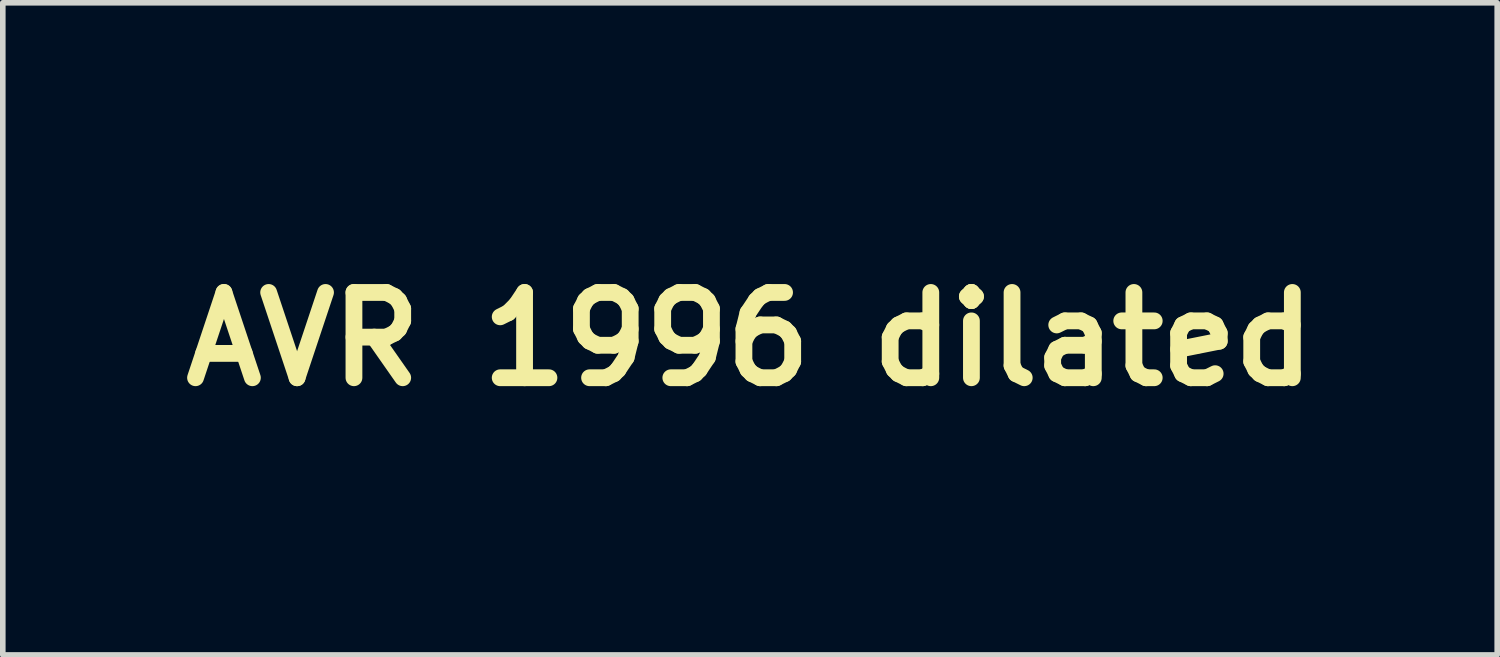
<source format=kicad_pcb>
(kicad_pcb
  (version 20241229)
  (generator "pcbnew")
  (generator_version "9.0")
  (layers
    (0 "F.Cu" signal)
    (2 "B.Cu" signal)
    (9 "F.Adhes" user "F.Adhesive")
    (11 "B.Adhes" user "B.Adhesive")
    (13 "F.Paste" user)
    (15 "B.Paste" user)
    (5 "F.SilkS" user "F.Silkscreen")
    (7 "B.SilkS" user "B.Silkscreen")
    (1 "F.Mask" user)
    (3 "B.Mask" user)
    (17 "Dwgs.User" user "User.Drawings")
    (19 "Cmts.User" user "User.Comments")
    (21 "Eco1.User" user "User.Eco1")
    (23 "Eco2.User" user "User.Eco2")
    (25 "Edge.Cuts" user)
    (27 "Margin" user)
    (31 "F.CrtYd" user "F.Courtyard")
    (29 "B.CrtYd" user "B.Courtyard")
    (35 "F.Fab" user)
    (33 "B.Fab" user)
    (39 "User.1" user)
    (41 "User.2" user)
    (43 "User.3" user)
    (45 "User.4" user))
  (footprint "AVR 1996 dilated"
    (layer "F.Cu")
    (at 10.349 3.009)
    (property "Reference" "AVR 1996 dilated" (at 0 0 0) (layer "F.SilkS") (effects (font (size 1.524 1.524) (thickness 0.3))))
    (attr through_hole)
    (fp_poly (pts (xy 4.022 0.971) (xy 4.044 0.984) (xy 4.063 1.003) (xy 4.069 1.012) (xy 4.082 1.04) (xy 4.091 1.071) (xy 4.094 1.104) (xy 4.091 1.134) (xy 4.089 1.144) (xy 4.08 1.164) (xy 4.063 1.182) (xy 4.041 1.197) (xy 4.019 1.207) (xy 3.937 1.237) (xy 3.86 1.273) (xy 3.789 1.313) (xy 3.723 1.358) (xy 3.664 1.407) (xy 3.612 1.46) (xy 3.568 1.514) (xy 3.554 1.533) (xy 3.546 1.546) (xy 3.542 1.554) (xy 3.543 1.558) (xy 3.549 1.558) (xy 3.559 1.557) (xy 3.567 1.555) (xy 3.593 1.552) (xy 3.624 1.55) (xy 3.658 1.55) (xy 3.693 1.551) (xy 3.725 1.554) (xy 3.735 1.556) (xy 3.767 1.562) (xy 3.8 1.571) (xy 3.834 1.582) (xy 3.865 1.593) (xy 3.891 1.605) (xy 3.893 1.607) (xy 3.945 1.64) (xy 3.991 1.681) (xy 4.033 1.727) (xy 4.069 1.779) (xy 4.098 1.836) (xy 4.122 1.897) (xy 4.138 1.962) (xy 4.143 1.988) (xy 4.146 2.015) (xy 4.147 2.048) (xy 4.148 2.083) (xy 4.146 2.119) (xy 4.144 2.153) (xy 4.14 2.181) (xy 4.138 2.193) (xy 4.119 2.259) (xy 4.094 2.321) (xy 4.062 2.38) (xy 4.023 2.433) (xy 3.979 2.482) (xy 3.93 2.524) (xy 3.877 2.561) (xy 3.819 2.591) (xy 3.758 2.614) (xy 3.693 2.63) (xy 3.686 2.631) (xy 3.657 2.634) (xy 3.624 2.636) (xy 3.588 2.637) (xy 3.554 2.636) (xy 3.522 2.633) (xy 3.504 2.631) (xy 3.444 2.615) (xy 3.386 2.592) (xy 3.331 2.562) (xy 3.28 2.524) (xy 3.232 2.479) (xy 3.188 2.427) (xy 3.149 2.368) (xy 3.136 2.345) (xy 3.108 2.287) (xy 3.086 2.223) (xy 3.071 2.155) (xy 3.063 2.085) (xy 3.061 2.032) (xy 3.064 1.942) (xy 3.071 1.883) (xy 3.431 1.883) (xy 3.431 1.975) (xy 3.432 2.024) (xy 3.435 2.067) (xy 3.439 2.104) (xy 3.445 2.14) (xy 3.453 2.175) (xy 3.464 2.211) (xy 3.465 2.213) (xy 3.484 2.264) (xy 3.505 2.306) (xy 3.526 2.34) (xy 3.549 2.366) (xy 3.574 2.383) (xy 3.6 2.392) (xy 3.627 2.393) (xy 3.655 2.385) (xy 3.665 2.381) (xy 3.691 2.364) (xy 3.714 2.34) (xy 3.734 2.309) (xy 3.75 2.274) (xy 3.763 2.235) (xy 3.772 2.192) (xy 3.778 2.147) (xy 3.779 2.102) (xy 3.775 2.056) (xy 3.768 2.011) (xy 3.755 1.967) (xy 3.753 1.962) (xy 3.737 1.927) (xy 3.718 1.898) (xy 3.696 1.874) (xy 3.673 1.856) (xy 3.649 1.843) (xy 3.619 1.835) (xy 3.604 1.832) (xy 3.571 1.83) (xy 3.537 1.833) (xy 3.505 1.84) (xy 3.475 1.851) (xy 3.451 1.866) (xy 3.448 1.869) (xy 3.431 1.883) (xy 3.071 1.883) (xy 3.075 1.854) (xy 3.092 1.768) (xy 3.115 1.686) (xy 3.145 1.608) (xy 3.181 1.535) (xy 3.195 1.51) (xy 3.235 1.449) (xy 3.283 1.389) (xy 3.338 1.329) (xy 3.399 1.272) (xy 3.466 1.217) (xy 3.537 1.166) (xy 3.612 1.118) (xy 3.69 1.074) (xy 3.767 1.036) (xy 3.843 1.004) (xy 3.917 0.979) (xy 3.927 0.976) (xy 3.963 0.967) (xy 3.995 0.966) (xy 4.022 0.971)) (stroke (width 0.01) (type solid)) (fill yes) (layer "F.Mask"))
    (fp_poly (pts (xy 0.323 0.984) (xy 0.343 0.996) (xy 0.358 1.009) (xy 0.371 1.024) (xy 0.381 1.04) (xy 0.388 1.056) (xy 0.392 1.076) (xy 0.393 1.1) (xy 0.391 1.129) (xy 0.387 1.165) (xy 0.385 1.179) (xy 0.384 1.186) (xy 0.383 1.196) (xy 0.382 1.209) (xy 0.382 1.226) (xy 0.381 1.247) (xy 0.381 1.272) (xy 0.38 1.303) (xy 0.38 1.338) (xy 0.38 1.379) (xy 0.379 1.425) (xy 0.379 1.479) (xy 0.379 1.538) (xy 0.379 1.605) (xy 0.379 1.68) (xy 0.379 1.762) (xy 0.379 1.8) (xy 0.379 1.869) (xy 0.379 1.937) (xy 0.379 2.001) (xy 0.379 2.062) (xy 0.379 2.119) (xy 0.379 2.172) (xy 0.38 2.221) (xy 0.38 2.264) (xy 0.38 2.301) (xy 0.38 2.332) (xy 0.38 2.356) (xy 0.381 2.374) (xy 0.381 2.383) (xy 0.381 2.385) (xy 0.386 2.386) (xy 0.398 2.389) (xy 0.414 2.391) (xy 0.434 2.394) (xy 0.434 2.394) (xy 0.462 2.398) (xy 0.484 2.404) (xy 0.5 2.411) (xy 0.512 2.42) (xy 0.523 2.433) (xy 0.528 2.441) (xy 0.533 2.45) (xy 0.536 2.458) (xy 0.538 2.468) (xy 0.539 2.48) (xy 0.54 2.497) (xy 0.54 2.515) (xy 0.54 2.537) (xy 0.539 2.553) (xy 0.538 2.564) (xy 0.536 2.573) (xy 0.532 2.581) (xy 0.528 2.588) (xy 0.517 2.602) (xy 0.505 2.615) (xy 0.499 2.619) (xy 0.491 2.624) (xy 0.483 2.628) (xy 0.475 2.63) (xy 0.463 2.631) (xy 0.445 2.631) (xy 0.43 2.631) (xy 0.41 2.631) (xy 0.383 2.63) (xy 0.353 2.629) (xy 0.321 2.627) (xy 0.289 2.626) (xy 0.286 2.626) (xy 0.241 2.623) (xy 0.202 2.622) (xy 0.165 2.622) (xy 0.128 2.624) (xy 0.119 2.624) (xy 0.072 2.627) (xy 0.033 2.629) (xy 0.001 2.63) (xy -0.024 2.631) (xy -0.044 2.631) (xy -0.059 2.631) (xy -0.069 2.63) (xy -0.075 2.629) (xy -0.092 2.62) (xy -0.108 2.605) (xy -0.122 2.587) (xy -0.132 2.568) (xy -0.133 2.565) (xy -0.139 2.536) (xy -0.139 2.505) (xy -0.135 2.476) (xy -0.127 2.45) (xy -0.117 2.432) (xy -0.106 2.42) (xy -0.094 2.411) (xy -0.079 2.404) (xy -0.06 2.399) (xy -0.034 2.395) (xy -0.027 2.394) (xy -0.007 2.391) (xy 0.009 2.388) (xy 0.021 2.386) (xy 0.025 2.385) (xy 0.026 2.38) (xy 0.026 2.368) (xy 0.026 2.348) (xy 0.027 2.321) (xy 0.027 2.288) (xy 0.027 2.249) (xy 0.027 2.205) (xy 0.028 2.156) (xy 0.028 2.102) (xy 0.028 2.045) (xy 0.028 1.984) (xy 0.029 1.921) (xy 0.029 1.867) (xy 0.03 1.351) (xy -0.025 1.37) (xy -0.057 1.38) (xy -0.082 1.386) (xy -0.102 1.388) (xy -0.119 1.386) (xy -0.135 1.38) (xy -0.15 1.37) (xy -0.157 1.364) (xy -0.18 1.339) (xy -0.195 1.31) (xy -0.202 1.278) (xy -0.202 1.272) (xy -0.203 1.246) (xy -0.199 1.224) (xy -0.191 1.206) (xy -0.178 1.19) (xy -0.158 1.176) (xy -0.132 1.161) (xy -0.114 1.153) (xy -0.099 1.146) (xy -0.078 1.136) (xy -0.052 1.124) (xy -0.021 1.11) (xy 0.013 1.094) (xy 0.048 1.077) (xy 0.085 1.06) (xy 0.092 1.056) (xy 0.132 1.037) (xy 0.166 1.022) (xy 0.193 1.009) (xy 0.215 0.999) (xy 0.233 0.991) (xy 0.247 0.986) (xy 0.258 0.982) (xy 0.266 0.98) (xy 0.274 0.979) (xy 0.274 0.979) (xy 0.301 0.979) (xy 0.323 0.984)) (stroke (width 0.01) (type solid)) (fill yes) (layer "F.Mask"))
    (fp_poly (pts (xy 1.362 0.97) (xy 1.394 0.973) (xy 1.424 0.978) (xy 1.455 0.985) (xy 1.467 0.988) (xy 1.525 1.01) (xy 1.58 1.038) (xy 1.632 1.074) (xy 1.68 1.117) (xy 1.724 1.167) (xy 1.763 1.223) (xy 1.792 1.273) (xy 1.808 1.307) (xy 1.821 1.337) (xy 1.832 1.368) (xy 1.842 1.402) (xy 1.848 1.429) (xy 1.852 1.445) (xy 1.855 1.46) (xy 1.857 1.473) (xy 1.859 1.487) (xy 1.86 1.504) (xy 1.86 1.525) (xy 1.86 1.551) (xy 1.86 1.581) (xy 1.86 1.626) (xy 1.859 1.665) (xy 1.856 1.7) (xy 1.853 1.732) (xy 1.847 1.765) (xy 1.84 1.799) (xy 1.833 1.832) (xy 1.807 1.92) (xy 1.775 2.003) (xy 1.735 2.081) (xy 1.688 2.155) (xy 1.675 2.173) (xy 1.625 2.235) (xy 1.566 2.295) (xy 1.5 2.354) (xy 1.427 2.41) (xy 1.347 2.463) (xy 1.26 2.513) (xy 1.2 2.544) (xy 1.139 2.573) (xy 1.084 2.597) (xy 1.036 2.615) (xy 0.994 2.628) (xy 0.958 2.635) (xy 0.928 2.637) (xy 0.905 2.633) (xy 0.883 2.622) (xy 0.863 2.604) (xy 0.847 2.58) (xy 0.835 2.551) (xy 0.831 2.537) (xy 0.826 2.501) (xy 0.828 2.471) (xy 0.836 2.445) (xy 0.851 2.425) (xy 0.863 2.415) (xy 0.873 2.41) (xy 0.888 2.403) (xy 0.908 2.395) (xy 0.93 2.386) (xy 0.938 2.383) (xy 1.02 2.35) (xy 1.096 2.312) (xy 1.166 2.269) (xy 1.229 2.223) (xy 1.285 2.172) (xy 1.334 2.118) (xy 1.375 2.06) (xy 1.376 2.059) (xy 1.385 2.045) (xy 1.369 2.05) (xy 1.357 2.052) (xy 1.338 2.054) (xy 1.312 2.055) (xy 1.279 2.055) (xy 1.27 2.055) (xy 1.241 2.055) (xy 1.219 2.054) (xy 1.201 2.054) (xy 1.186 2.052) (xy 1.173 2.05) (xy 1.158 2.047) (xy 1.141 2.042) (xy 1.139 2.042) (xy 1.098 2.029) (xy 1.062 2.015) (xy 1.029 1.999) (xy 0.996 1.978) (xy 0.995 1.978) (xy 0.947 1.941) (xy 0.904 1.897) (xy 0.866 1.847) (xy 0.834 1.791) (xy 0.808 1.729) (xy 0.788 1.664) (xy 0.784 1.648) (xy 0.782 1.634) (xy 0.78 1.62) (xy 0.778 1.605) (xy 0.777 1.586) (xy 0.777 1.562) (xy 0.777 1.532) (xy 0.777 1.51) (xy 1.144 1.51) (xy 1.149 1.557) (xy 1.158 1.602) (xy 1.17 1.645) (xy 1.185 1.679) (xy 1.196 1.697) (xy 1.211 1.715) (xy 1.228 1.733) (xy 1.246 1.748) (xy 1.261 1.757) (xy 1.294 1.769) (xy 1.331 1.776) (xy 1.37 1.776) (xy 1.408 1.77) (xy 1.418 1.767) (xy 1.435 1.761) (xy 1.453 1.754) (xy 1.459 1.75) (xy 1.469 1.744) (xy 1.477 1.738) (xy 1.483 1.731) (xy 1.487 1.723) (xy 1.489 1.71) (xy 1.491 1.694) (xy 1.491 1.671) (xy 1.491 1.642) (xy 1.491 1.629) (xy 1.491 1.581) (xy 1.489 1.54) (xy 1.485 1.503) (xy 1.479 1.469) (xy 1.47 1.434) (xy 1.459 1.397) (xy 1.459 1.396) (xy 1.441 1.347) (xy 1.421 1.305) (xy 1.4 1.271) (xy 1.377 1.245) (xy 1.353 1.226) (xy 1.328 1.215) (xy 1.303 1.213) (xy 1.289 1.215) (xy 1.259 1.225) (xy 1.232 1.244) (xy 1.208 1.269) (xy 1.188 1.301) (xy 1.17 1.338) (xy 1.157 1.381) (xy 1.148 1.428) (xy 1.145 1.465) (xy 1.144 1.51) (xy 0.777 1.51) (xy 0.777 1.502) (xy 0.777 1.479) (xy 0.778 1.461) (xy 0.779 1.445) (xy 0.781 1.432) (xy 0.784 1.418) (xy 0.788 1.402) (xy 0.789 1.4) (xy 0.809 1.333) (xy 0.837 1.271) (xy 0.871 1.213) (xy 0.91 1.161) (xy 0.955 1.114) (xy 1.005 1.073) (xy 1.059 1.038) (xy 1.117 1.01) (xy 1.178 0.989) (xy 1.242 0.976) (xy 1.309 0.97) (xy 1.325 0.97) (xy 1.362 0.97)) (stroke (width 0.01) (type solid)) (fill yes) (layer "F.Mask"))
    (fp_poly (pts (xy 2.505 0.97) (xy 2.537 0.973) (xy 2.567 0.978) (xy 2.598 0.985) (xy 2.61 0.988) (xy 2.668 1.01) (xy 2.723 1.038) (xy 2.775 1.074) (xy 2.823 1.117) (xy 2.867 1.167) (xy 2.906 1.223) (xy 2.935 1.273) (xy 2.951 1.307) (xy 2.964 1.337) (xy 2.975 1.368) (xy 2.985 1.402) (xy 2.991 1.429) (xy 2.995 1.445) (xy 2.998 1.46) (xy 3 1.473) (xy 3.002 1.487) (xy 3.003 1.504) (xy 3.003 1.525) (xy 3.003 1.551) (xy 3.003 1.581) (xy 3.003 1.626) (xy 3.002 1.665) (xy 2.999 1.7) (xy 2.996 1.732) (xy 2.99 1.765) (xy 2.983 1.799) (xy 2.976 1.832) (xy 2.95 1.92) (xy 2.918 2.003) (xy 2.878 2.081) (xy 2.831 2.155) (xy 2.818 2.173) (xy 2.768 2.235) (xy 2.709 2.295) (xy 2.643 2.354) (xy 2.57 2.41) (xy 2.49 2.463) (xy 2.403 2.513) (xy 2.343 2.544) (xy 2.282 2.573) (xy 2.227 2.597) (xy 2.179 2.615) (xy 2.137 2.628) (xy 2.101 2.635) (xy 2.071 2.637) (xy 2.048 2.633) (xy 2.026 2.622) (xy 2.006 2.604) (xy 1.99 2.58) (xy 1.978 2.551) (xy 1.974 2.537) (xy 1.969 2.501) (xy 1.971 2.471) (xy 1.979 2.445) (xy 1.994 2.425) (xy 2.006 2.415) (xy 2.016 2.41) (xy 2.031 2.403) (xy 2.051 2.395) (xy 2.073 2.386) (xy 2.081 2.383) (xy 2.163 2.35) (xy 2.239 2.312) (xy 2.309 2.269) (xy 2.372 2.223) (xy 2.428 2.172) (xy 2.477 2.118) (xy 2.518 2.06) (xy 2.519 2.059) (xy 2.528 2.045) (xy 2.512 2.05) (xy 2.5 2.052) (xy 2.481 2.054) (xy 2.455 2.055) (xy 2.422 2.055) (xy 2.413 2.055) (xy 2.384 2.055) (xy 2.362 2.054) (xy 2.344 2.054) (xy 2.329 2.052) (xy 2.316 2.05) (xy 2.301 2.047) (xy 2.284 2.042) (xy 2.282 2.042) (xy 2.241 2.029) (xy 2.205 2.015) (xy 2.172 1.999) (xy 2.139 1.978) (xy 2.138 1.978) (xy 2.09 1.941) (xy 2.047 1.897) (xy 2.009 1.847) (xy 1.977 1.791) (xy 1.951 1.729) (xy 1.931 1.664) (xy 1.927 1.648) (xy 1.925 1.634) (xy 1.923 1.62) (xy 1.921 1.605) (xy 1.92 1.586) (xy 1.92 1.562) (xy 1.92 1.532) (xy 1.92 1.51) (xy 2.287 1.51) (xy 2.292 1.557) (xy 2.301 1.602) (xy 2.313 1.645) (xy 2.328 1.679) (xy 2.339 1.697) (xy 2.354 1.715) (xy 2.371 1.733) (xy 2.389 1.748) (xy 2.404 1.757) (xy 2.437 1.769) (xy 2.474 1.776) (xy 2.513 1.776) (xy 2.551 1.77) (xy 2.561 1.767) (xy 2.578 1.761) (xy 2.596 1.754) (xy 2.602 1.75) (xy 2.612 1.744) (xy 2.62 1.738) (xy 2.626 1.731) (xy 2.63 1.723) (xy 2.632 1.71) (xy 2.634 1.694) (xy 2.634 1.671) (xy 2.634 1.642) (xy 2.634 1.629) (xy 2.634 1.581) (xy 2.632 1.54) (xy 2.628 1.503) (xy 2.622 1.469) (xy 2.613 1.434) (xy 2.602 1.397) (xy 2.602 1.396) (xy 2.584 1.347) (xy 2.564 1.305) (xy 2.543 1.271) (xy 2.52 1.245) (xy 2.496 1.226) (xy 2.471 1.215) (xy 2.446 1.213) (xy 2.432 1.215) (xy 2.402 1.225) (xy 2.375 1.244) (xy 2.351 1.269) (xy 2.331 1.301) (xy 2.313 1.338) (xy 2.3 1.381) (xy 2.291 1.428) (xy 2.288 1.465) (xy 2.287 1.51) (xy 1.92 1.51) (xy 1.92 1.502) (xy 1.92 1.479) (xy 1.921 1.461) (xy 1.922 1.445) (xy 1.924 1.432) (xy 1.927 1.418) (xy 1.931 1.402) (xy 1.932 1.4) (xy 1.952 1.333) (xy 1.98 1.271) (xy 2.014 1.213) (xy 2.053 1.161) (xy 2.098 1.114) (xy 2.148 1.073) (xy 2.202 1.038) (xy 2.26 1.01) (xy 2.321 0.989) (xy 2.385 0.976) (xy 2.452 0.97) (xy 2.468 0.97) (xy 2.505 0.97)) (stroke (width 0.01) (type solid)) (fill yes) (layer "F.Mask"))
    (fp_poly (pts (xy -2.208 -3.003) (xy -2.195 -3.002) (xy -2.185 -2.999) (xy -2.174 -2.994) (xy -2.166 -2.989) (xy -2.151 -2.979) (xy -2.139 -2.969) (xy -2.131 -2.961) (xy -2.129 -2.956) (xy -2.124 -2.944) (xy -2.116 -2.925) (xy -2.106 -2.898) (xy -2.093 -2.866) (xy -2.078 -2.827) (xy -2.061 -2.782) (xy -2.041 -2.732) (xy -2.02 -2.677) (xy -1.997 -2.618) (xy -1.973 -2.554) (xy -1.946 -2.487) (xy -1.919 -2.416) (xy -1.89 -2.341) (xy -1.861 -2.265) (xy -1.83 -2.185) (xy -1.799 -2.104) (xy -1.767 -2.021) (xy -1.735 -1.936) (xy -1.702 -1.851) (xy -1.669 -1.765) (xy -1.636 -1.679) (xy -1.603 -1.593) (xy -1.57 -1.508) (xy -1.538 -1.423) (xy -1.506 -1.34) (xy -1.475 -1.258) (xy -1.445 -1.179) (xy -1.415 -1.102) (xy -1.387 -1.027) (xy -1.36 -0.956) (xy -1.334 -0.888) (xy -1.31 -0.824) (xy -1.287 -0.764) (xy -1.266 -0.709) (xy -1.25 -0.667) (xy -1.233 -0.621) (xy -1.219 -0.583) (xy -1.207 -0.551) (xy -1.197 -0.526) (xy -1.189 -0.505) (xy -1.182 -0.489) (xy -1.177 -0.477) (xy -1.172 -0.468) (xy -1.168 -0.461) (xy -1.165 -0.456) (xy -1.162 -0.452) (xy -1.158 -0.449) (xy -1.155 -0.447) (xy -1.135 -0.433) (xy -1.109 -0.419) (xy -1.077 -0.406) (xy -1.043 -0.394) (xy -1.008 -0.384) (xy -0.982 -0.379) (xy -0.954 -0.373) (xy -0.933 -0.365) (xy -0.916 -0.354) (xy -0.903 -0.339) (xy -0.898 -0.332) (xy -0.888 -0.313) (xy -0.882 -0.292) (xy -0.878 -0.265) (xy -0.877 -0.233) (xy -0.877 -0.211) (xy -0.878 -0.188) (xy -0.879 -0.171) (xy -0.881 -0.158) (xy -0.884 -0.147) (xy -0.889 -0.138) (xy -0.903 -0.117) (xy -0.923 -0.101) (xy -0.947 -0.092) (xy -0.952 -0.091) (xy -0.961 -0.09) (xy -0.977 -0.09) (xy -1 -0.091) (xy -1.028 -0.092) (xy -1.06 -0.094) (xy -1.095 -0.096) (xy -1.128 -0.098) (xy -1.237 -0.104) (xy -1.343 -0.107) (xy -1.447 -0.108) (xy -1.554 -0.106) (xy -1.664 -0.101) (xy -1.729 -0.098) (xy -1.766 -0.096) (xy -1.801 -0.094) (xy -1.833 -0.092) (xy -1.861 -0.091) (xy -1.883 -0.09) (xy -1.9 -0.09) (xy -1.909 -0.09) (xy -1.934 -0.097) (xy -1.956 -0.111) (xy -1.974 -0.131) (xy -1.987 -0.157) (xy -1.995 -0.189) (xy -1.998 -0.225) (xy -1.998 -0.226) (xy -1.995 -0.263) (xy -1.988 -0.296) (xy -1.976 -0.324) (xy -1.961 -0.347) (xy -1.942 -0.363) (xy -1.92 -0.373) (xy -1.912 -0.374) (xy -1.872 -0.379) (xy -1.838 -0.384) (xy -1.81 -0.389) (xy -1.786 -0.393) (xy -1.765 -0.398) (xy -1.75 -0.402) (xy -1.732 -0.406) (xy -1.738 -0.435) (xy -1.745 -0.463) (xy -1.755 -0.498) (xy -1.768 -0.541) (xy -1.784 -0.591) (xy -1.803 -0.648) (xy -1.826 -0.712) (xy -1.851 -0.782) (xy -1.879 -0.858) (xy -1.88 -0.861) (xy -1.89 -0.89) (xy -1.902 -0.922) (xy -1.915 -0.955) (xy -1.928 -0.988) (xy -1.941 -1.021) (xy -1.953 -1.052) (xy -1.965 -1.081) (xy -1.975 -1.107) (xy -1.984 -1.128) (xy -1.99 -1.143) (xy -1.995 -1.153) (xy -1.996 -1.155) (xy -2.001 -1.156) (xy -2.013 -1.156) (xy -2.033 -1.157) (xy -2.058 -1.157) (xy -2.089 -1.157) (xy -2.124 -1.158) (xy -2.164 -1.158) (xy -2.206 -1.158) (xy -2.25 -1.158) (xy -2.296 -1.158) (xy -2.343 -1.158) (xy -2.39 -1.157) (xy -2.436 -1.157) (xy -2.48 -1.157) (xy -2.522 -1.157) (xy -2.561 -1.156) (xy -2.596 -1.156) (xy -2.626 -1.155) (xy -2.65 -1.155) (xy -2.668 -1.154) (xy -2.757 -1.151) (xy -2.763 -1.135) (xy -2.767 -1.127) (xy -2.772 -1.111) (xy -2.78 -1.09) (xy -2.79 -1.063) (xy -2.802 -1.033) (xy -2.814 -0.999) (xy -2.827 -0.963) (xy -2.841 -0.925) (xy -2.855 -0.888) (xy -2.868 -0.851) (xy -2.881 -0.816) (xy -2.893 -0.783) (xy -2.903 -0.754) (xy -2.912 -0.73) (xy -2.915 -0.72) (xy -2.94 -0.645) (xy -2.959 -0.578) (xy -2.972 -0.516) (xy -2.978 -0.48) (xy -2.981 -0.46) (xy -2.983 -0.444) (xy -2.984 -0.432) (xy -2.985 -0.427) (xy -2.98 -0.422) (xy -2.969 -0.415) (xy -2.951 -0.409) (xy -2.928 -0.402) (xy -2.9 -0.395) (xy -2.869 -0.389) (xy -2.836 -0.383) (xy -2.805 -0.379) (xy -2.779 -0.376) (xy -2.76 -0.372) (xy -2.746 -0.368) (xy -2.736 -0.364) (xy -2.719 -0.349) (xy -2.706 -0.329) (xy -2.696 -0.303) (xy -2.691 -0.271) (xy -2.689 -0.232) (xy -2.689 -0.21) (xy -2.69 -0.187) (xy -2.691 -0.17) (xy -2.692 -0.158) (xy -2.695 -0.149) (xy -2.698 -0.141) (xy -2.702 -0.134) (xy -2.719 -0.112) (xy -2.741 -0.098) (xy -2.766 -0.091) (xy -2.769 -0.09) (xy -2.779 -0.09) (xy -2.796 -0.09) (xy -2.819 -0.091) (xy -2.847 -0.093) (xy -2.878 -0.095) (xy -2.911 -0.097) (xy -2.919 -0.098) (xy -3.075 -0.106) (xy -3.236 -0.107) (xy -3.401 -0.102) (xy -3.454 -0.098) (xy -3.498 -0.095) (xy -3.534 -0.093) (xy -3.563 -0.091) (xy -3.587 -0.09) (xy -3.605 -0.09) (xy -3.62 -0.09) (xy -3.631 -0.091) (xy -3.64 -0.092) (xy -3.648 -0.094) (xy -3.648 -0.094) (xy -3.662 -0.101) (xy -3.677 -0.113) (xy -3.691 -0.128) (xy -3.701 -0.144) (xy -3.704 -0.151) (xy -3.708 -0.166) (xy -3.71 -0.188) (xy -3.711 -0.213) (xy -3.712 -0.239) (xy -3.711 -0.263) (xy -3.709 -0.283) (xy -3.709 -0.287) (xy -3.701 -0.317) (xy -3.689 -0.34) (xy -3.672 -0.358) (xy -3.65 -0.369) (xy -3.621 -0.376) (xy -3.615 -0.377) (xy -3.554 -0.386) (xy -3.501 -0.399) (xy -3.483 -0.405) (xy -3.464 -0.412) (xy -3.451 -0.418) (xy -3.441 -0.427) (xy -3.435 -0.433) (xy -3.422 -0.45) (xy -3.407 -0.472) (xy -3.391 -0.499) (xy -3.375 -0.528) (xy -3.362 -0.552) (xy -3.359 -0.559) (xy -3.356 -0.566) (xy -3.352 -0.574) (xy -3.348 -0.582) (xy -3.344 -0.592) (xy -3.339 -0.603) (xy -3.334 -0.615) (xy -3.328 -0.629) (xy -3.321 -0.645) (xy -3.313 -0.664) (xy -3.305 -0.685) (xy -3.295 -0.708) (xy -3.285 -0.734) (xy -3.273 -0.764) (xy -3.26 -0.797) (xy -3.246 -0.833) (xy -3.23 -0.873) (xy -3.212 -0.917) (xy -3.193 -0.966) (xy -3.172 -1.019) (xy -3.15 -1.076) (xy -3.125 -1.139) (xy -3.099 -1.207) (xy -3.07 -1.28) (xy -3.039 -1.359) (xy -3.006 -1.443) (xy -2.99 -1.483) (xy -2.628 -1.483) (xy -2.626 -1.481) (xy -2.619 -1.479) (xy -2.606 -1.478) (xy -2.586 -1.477) (xy -2.573 -1.476) (xy -2.531 -1.476) (xy -2.485 -1.475) (xy -2.438 -1.475) (xy -2.39 -1.474) (xy -2.344 -1.475) (xy -2.3 -1.475) (xy -2.26 -1.475) (xy -2.226 -1.476) (xy -2.199 -1.477) (xy -2.198 -1.477) (xy -2.174 -1.478) (xy -2.153 -1.479) (xy -2.137 -1.481) (xy -2.126 -1.482) (xy -2.123 -1.482) (xy -2.124 -1.486) (xy -2.128 -1.498) (xy -2.134 -1.516) (xy -2.143 -1.54) (xy -2.153 -1.568) (xy -2.165 -1.602) (xy -2.178 -1.639) (xy -2.192 -1.679) (xy -2.208 -1.721) (xy -2.223 -1.765) (xy -2.24 -1.81) (xy -2.256 -1.855) (xy -2.272 -1.9) (xy -2.288 -1.943) (xy -2.303 -1.984) (xy -2.317 -2.023) (xy -2.331 -2.059) (xy -2.342 -2.09) (xy -2.352 -2.117) (xy -2.36 -2.138) (xy -2.366 -2.153) (xy -2.37 -2.162) (xy -2.37 -2.163) (xy -2.372 -2.159) (xy -2.376 -2.148) (xy -2.383 -2.131) (xy -2.392 -2.107) (xy -2.403 -2.078) (xy -2.416 -2.045) (xy -2.43 -2.008) (xy -2.445 -1.968) (xy -2.462 -1.925) (xy -2.478 -1.881) (xy -2.496 -1.836) (xy -2.513 -1.79) (xy -2.53 -1.744) (xy -2.547 -1.7) (xy -2.563 -1.657) (xy -2.578 -1.617) (xy -2.592 -1.579) (xy -2.605 -1.546) (xy -2.616 -1.516) (xy -2.624 -1.492) (xy -2.628 -1.483) (xy -2.99 -1.483) (xy -2.971 -1.534) (xy -2.933 -1.631) (xy -2.892 -1.734) (xy -2.849 -1.844) (xy -2.803 -1.961) (xy -2.755 -2.086) (xy -2.703 -2.217) (xy -2.649 -2.357) (xy -2.645 -2.366) (xy -2.621 -2.427) (xy -2.598 -2.486) (xy -2.576 -2.543) (xy -2.555 -2.596) (xy -2.535 -2.646) (xy -2.517 -2.692) (xy -2.501 -2.733) (xy -2.486 -2.769) (xy -2.474 -2.8) (xy -2.463 -2.825) (xy -2.456 -2.843) (xy -2.451 -2.854) (xy -2.449 -2.858) (xy -2.429 -2.884) (xy -2.403 -2.911) (xy -2.373 -2.937) (xy -2.34 -2.962) (xy -2.308 -2.982) (xy -2.294 -2.988) (xy -2.278 -2.996) (xy -2.264 -3.001) (xy -2.251 -3.003) (xy -2.234 -3.004) (xy -2.227 -3.004) (xy -2.208 -3.003)) (stroke (width 0.01) (type solid)) (fill yes) (layer "F.Mask"))
    (fp_poly (pts (xy 1.487 -3) (xy 1.49 -3) (xy 1.506 -2.995) (xy 1.522 -2.988) (xy 1.525 -2.987) (xy 1.541 -2.976) (xy 1.557 -2.987) (xy 1.572 -2.994) (xy 1.589 -2.999) (xy 1.592 -3) (xy 1.6 -3) (xy 1.616 -3) (xy 1.638 -2.999) (xy 1.666 -2.998) (xy 1.697 -2.997) (xy 1.732 -2.995) (xy 1.77 -2.993) (xy 1.778 -2.992) (xy 1.815 -2.99) (xy 1.847 -2.988) (xy 1.877 -2.987) (xy 1.906 -2.986) (xy 1.934 -2.985) (xy 1.963 -2.984) (xy 1.993 -2.984) (xy 2.027 -2.984) (xy 2.065 -2.984) (xy 2.108 -2.984) (xy 2.158 -2.984) (xy 2.199 -2.985) (xy 2.283 -2.985) (xy 2.358 -2.986) (xy 2.426 -2.986) (xy 2.487 -2.986) (xy 2.541 -2.987) (xy 2.588 -2.987) (xy 2.631 -2.987) (xy 2.667 -2.986) (xy 2.699 -2.986) (xy 2.727 -2.985) (xy 2.75 -2.985) (xy 2.77 -2.984) (xy 2.787 -2.983) (xy 2.802 -2.982) (xy 2.814 -2.98) (xy 2.825 -2.979) (xy 2.826 -2.979) (xy 2.912 -2.961) (xy 2.993 -2.938) (xy 3.07 -2.908) (xy 3.121 -2.884) (xy 3.198 -2.841) (xy 3.269 -2.793) (xy 3.332 -2.741) (xy 3.388 -2.684) (xy 3.437 -2.624) (xy 3.479 -2.559) (xy 3.513 -2.49) (xy 3.54 -2.417) (xy 3.56 -2.34) (xy 3.56 -2.338) (xy 3.565 -2.308) (xy 3.569 -2.272) (xy 3.571 -2.234) (xy 3.572 -2.195) (xy 3.572 -2.159) (xy 3.57 -2.127) (xy 3.569 -2.115) (xy 3.556 -2.047) (xy 3.536 -1.978) (xy 3.508 -1.91) (xy 3.472 -1.842) (xy 3.441 -1.792) (xy 3.403 -1.741) (xy 3.359 -1.69) (xy 3.309 -1.639) (xy 3.256 -1.592) (xy 3.2 -1.548) (xy 3.144 -1.509) (xy 3.105 -1.486) (xy 3.092 -1.479) (xy 3.083 -1.473) (xy 3.078 -1.471) (xy 3.078 -1.471) (xy 3.08 -1.467) (xy 3.086 -1.457) (xy 3.095 -1.441) (xy 3.108 -1.42) (xy 3.123 -1.395) (xy 3.141 -1.367) (xy 3.16 -1.337) (xy 3.181 -1.304) (xy 3.202 -1.271) (xy 3.224 -1.237) (xy 3.246 -1.204) (xy 3.267 -1.172) (xy 3.287 -1.141) (xy 3.306 -1.114) (xy 3.312 -1.105) (xy 3.334 -1.073) (xy 3.359 -1.038) (xy 3.387 -0.998) (xy 3.417 -0.956) (xy 3.449 -0.912) (xy 3.481 -0.867) (xy 3.514 -0.822) (xy 3.547 -0.778) (xy 3.578 -0.735) (xy 3.608 -0.694) (xy 3.636 -0.657) (xy 3.661 -0.624) (xy 3.683 -0.596) (xy 3.701 -0.574) (xy 3.704 -0.569) (xy 3.744 -0.524) (xy 3.785 -0.486) (xy 3.827 -0.455) (xy 3.872 -0.429) (xy 3.921 -0.409) (xy 3.975 -0.394) (xy 4.035 -0.383) (xy 4.053 -0.381) (xy 4.073 -0.378) (xy 4.091 -0.376) (xy 4.105 -0.373) (xy 4.108 -0.372) (xy 4.126 -0.364) (xy 4.143 -0.349) (xy 4.157 -0.331) (xy 4.167 -0.31) (xy 4.167 -0.309) (xy 4.172 -0.284) (xy 4.174 -0.254) (xy 4.173 -0.223) (xy 4.169 -0.191) (xy 4.162 -0.163) (xy 4.154 -0.139) (xy 4.15 -0.132) (xy 4.14 -0.118) (xy 4.126 -0.106) (xy 4.122 -0.103) (xy 4.105 -0.091) (xy 3.967 -0.092) (xy 3.882 -0.093) (xy 3.805 -0.095) (xy 3.735 -0.099) (xy 3.672 -0.105) (xy 3.614 -0.112) (xy 3.562 -0.121) (xy 3.514 -0.132) (xy 3.471 -0.144) (xy 3.404 -0.17) (xy 3.342 -0.202) (xy 3.286 -0.241) (xy 3.235 -0.286) (xy 3.195 -0.33) (xy 3.185 -0.343) (xy 3.171 -0.362) (xy 3.153 -0.388) (xy 3.132 -0.419) (xy 3.107 -0.456) (xy 3.079 -0.497) (xy 3.049 -0.543) (xy 3.016 -0.592) (xy 2.982 -0.644) (xy 2.945 -0.699) (xy 2.908 -0.757) (xy 2.869 -0.816) (xy 2.83 -0.876) (xy 2.79 -0.937) (xy 2.75 -0.999) (xy 2.71 -1.06) (xy 2.672 -1.121) (xy 2.634 -1.18) (xy 2.597 -1.238) (xy 2.562 -1.293) (xy 2.561 -1.294) (xy 2.551 -1.31) (xy 2.542 -1.323) (xy 2.533 -1.332) (xy 2.523 -1.338) (xy 2.511 -1.343) (xy 2.495 -1.345) (xy 2.474 -1.346) (xy 2.446 -1.346) (xy 2.426 -1.346) (xy 2.354 -1.346) (xy 2.354 -0.956) (xy 2.354 -0.877) (xy 2.354 -0.806) (xy 2.354 -0.742) (xy 2.355 -0.686) (xy 2.355 -0.636) (xy 2.356 -0.593) (xy 2.357 -0.555) (xy 2.358 -0.522) (xy 2.359 -0.494) (xy 2.36 -0.47) (xy 2.362 -0.45) (xy 2.364 -0.433) (xy 2.365 -0.425) (xy 2.367 -0.407) (xy 2.398 -0.4) (xy 2.425 -0.395) (xy 2.452 -0.39) (xy 2.483 -0.386) (xy 2.518 -0.382) (xy 2.546 -0.379) (xy 2.57 -0.376) (xy 2.588 -0.374) (xy 2.601 -0.371) (xy 2.61 -0.368) (xy 2.619 -0.364) (xy 2.621 -0.362) (xy 2.641 -0.345) (xy 2.655 -0.323) (xy 2.665 -0.295) (xy 2.67 -0.26) (xy 2.67 -0.219) (xy 2.67 -0.217) (xy 2.668 -0.19) (xy 2.666 -0.168) (xy 2.661 -0.152) (xy 2.654 -0.138) (xy 2.645 -0.126) (xy 2.638 -0.118) (xy 2.63 -0.111) (xy 2.623 -0.105) (xy 2.616 -0.1) (xy 2.609 -0.096) (xy 2.599 -0.094) (xy 2.586 -0.092) (xy 2.571 -0.091) (xy 2.551 -0.091) (xy 2.526 -0.091) (xy 2.495 -0.093) (xy 2.457 -0.095) (xy 2.413 -0.097) (xy 2.398 -0.098) (xy 2.302 -0.103) (xy 2.212 -0.106) (xy 2.127 -0.107) (xy 2.043 -0.107) (xy 1.958 -0.106) (xy 1.872 -0.102) (xy 1.789 -0.098) (xy 1.743 -0.095) (xy 1.705 -0.093) (xy 1.674 -0.092) (xy 1.648 -0.091) (xy 1.628 -0.09) (xy 1.612 -0.09) (xy 1.6 -0.09) (xy 1.591 -0.091) (xy 1.583 -0.092) (xy 1.577 -0.093) (xy 1.577 -0.093) (xy 1.558 -0.103) (xy 1.541 -0.118) (xy 1.526 -0.139) (xy 1.521 -0.147) (xy 1.513 -0.171) (xy 1.508 -0.199) (xy 1.507 -0.231) (xy 1.508 -0.262) (xy 1.513 -0.292) (xy 1.521 -0.318) (xy 1.528 -0.332) (xy 1.541 -0.349) (xy 1.555 -0.361) (xy 1.572 -0.369) (xy 1.594 -0.374) (xy 1.618 -0.377) (xy 1.652 -0.381) (xy 1.688 -0.385) (xy 1.723 -0.39) (xy 1.754 -0.395) (xy 1.78 -0.4) (xy 1.783 -0.401) (xy 1.811 -0.407) (xy 1.814 -0.428) (xy 1.815 -0.44) (xy 1.816 -0.458) (xy 1.818 -0.48) (xy 1.82 -0.504) (xy 1.82 -0.513) (xy 1.821 -0.525) (xy 1.821 -0.544) (xy 1.822 -0.571) (xy 1.822 -0.605) (xy 1.822 -0.645) (xy 1.823 -0.692) (xy 1.823 -0.744) (xy 1.823 -0.802) (xy 1.823 -0.864) (xy 1.824 -0.93) (xy 1.824 -1) (xy 1.824 -1.073) (xy 1.824 -1.149) (xy 1.824 -1.228) (xy 1.824 -1.308) (xy 1.824 -1.389) (xy 1.824 -1.472) (xy 1.824 -1.555) (xy 1.824 -1.638) (xy 1.824 -1.646) (xy 2.353 -1.646) (xy 2.454 -1.648) (xy 2.5 -1.649) (xy 2.538 -1.651) (xy 2.569 -1.654) (xy 2.592 -1.657) (xy 2.593 -1.657) (xy 2.648 -1.67) (xy 2.705 -1.69) (xy 2.76 -1.715) (xy 2.812 -1.743) (xy 2.826 -1.752) (xy 2.845 -1.766) (xy 2.868 -1.785) (xy 2.891 -1.807) (xy 2.914 -1.831) (xy 2.935 -1.854) (xy 2.952 -1.874) (xy 2.959 -1.884) (xy 2.991 -1.942) (xy 3.016 -2.002) (xy 3.033 -2.064) (xy 3.042 -2.128) (xy 3.042 -2.19) (xy 3.035 -2.264) (xy 3.022 -2.333) (xy 3.003 -2.395) (xy 2.978 -2.451) (xy 2.947 -2.501) (xy 2.911 -2.545) (xy 2.868 -2.583) (xy 2.82 -2.615) (xy 2.765 -2.641) (xy 2.724 -2.656) (xy 2.667 -2.67) (xy 2.604 -2.681) (xy 2.539 -2.686) (xy 2.473 -2.687) (xy 2.434 -2.685) (xy 2.411 -2.683) (xy 2.392 -2.681) (xy 2.378 -2.68) (xy 2.369 -2.679) (xy 2.368 -2.678) (xy 2.366 -2.675) (xy 2.365 -2.67) (xy 2.363 -2.662) (xy 2.362 -2.651) (xy 2.361 -2.635) (xy 2.36 -2.616) (xy 2.359 -2.593) (xy 2.359 -2.564) (xy 2.358 -2.53) (xy 2.358 -2.49) (xy 2.357 -2.444) (xy 2.357 -2.392) (xy 2.356 -2.332) (xy 2.356 -2.266) (xy 2.355 -2.191) (xy 2.355 -2.134) (xy 2.353 -1.646) (xy 1.824 -1.646) (xy 1.824 -1.72) (xy 1.824 -1.801) (xy 1.824 -1.881) (xy 1.824 -1.959) (xy 1.824 -2.034) (xy 1.824 -2.107) (xy 1.823 -2.176) (xy 1.823 -2.242) (xy 1.823 -2.303) (xy 1.823 -2.359) (xy 1.822 -2.41) (xy 1.822 -2.455) (xy 1.822 -2.495) (xy 1.821 -2.527) (xy 1.821 -2.552) (xy 1.821 -2.57) (xy 1.82 -2.578) (xy 1.818 -2.61) (xy 1.816 -2.635) (xy 1.815 -2.653) (xy 1.813 -2.666) (xy 1.81 -2.674) (xy 1.807 -2.68) (xy 1.804 -2.683) (xy 1.8 -2.684) (xy 1.789 -2.688) (xy 1.77 -2.691) (xy 1.747 -2.696) (xy 1.719 -2.7) (xy 1.69 -2.704) (xy 1.66 -2.708) (xy 1.634 -2.711) (xy 1.61 -2.714) (xy 1.592 -2.716) (xy 1.579 -2.719) (xy 1.57 -2.722) (xy 1.562 -2.725) (xy 1.556 -2.729) (xy 1.539 -2.742) (xy 1.522 -2.73) (xy 1.511 -2.724) (xy 1.498 -2.719) (xy 1.481 -2.715) (xy 1.461 -2.712) (xy 1.435 -2.707) (xy 1.407 -2.7) (xy 1.377 -2.691) (xy 1.35 -2.682) (xy 1.327 -2.673) (xy 1.31 -2.665) (xy 1.294 -2.654) (xy 1.279 -2.639) (xy 1.263 -2.62) (xy 1.247 -2.596) (xy 1.229 -2.567) (xy 1.209 -2.53) (xy 1.189 -2.49) (xy 1.179 -2.468) (xy 1.168 -2.447) (xy 1.158 -2.425) (xy 1.148 -2.402) (xy 1.137 -2.378) (xy 1.126 -2.352) (xy 1.114 -2.323) (xy 1.1 -2.29) (xy 1.085 -2.253) (xy 1.067 -2.21) (xy 1.048 -2.162) (xy 1.026 -2.107) (xy 1.004 -2.053) (xy 0.976 -1.984) (xy 0.947 -1.912) (xy 0.917 -1.838) (xy 0.886 -1.76) (xy 0.854 -1.681) (xy 0.821 -1.6) (xy 0.787 -1.518) (xy 0.754 -1.435) (xy 0.719 -1.352) (xy 0.685 -1.269) (xy 0.651 -1.186) (xy 0.618 -1.104) (xy 0.585 -1.023) (xy 0.552 -0.945) (xy 0.52 -0.868) (xy 0.49 -0.793) (xy 0.46 -0.722) (xy 0.432 -0.654) (xy 0.405 -0.59) (xy 0.38 -0.53) (xy 0.357 -0.474) (xy 0.335 -0.424) (xy 0.316 -0.378) (xy 0.3 -0.339) (xy 0.285 -0.306) (xy 0.274 -0.279) (xy 0.265 -0.26) (xy 0.26 -0.248) (xy 0.238 -0.209) (xy 0.215 -0.178) (xy 0.19 -0.151) (xy 0.162 -0.129) (xy 0.158 -0.127) (xy 0.128 -0.111) (xy 0.095 -0.1) (xy 0.061 -0.094) (xy 0.029 -0.094) (xy 0.008 -0.097) (xy -0.013 -0.107) (xy -0.033 -0.126) (xy -0.051 -0.152) (xy -0.061 -0.168) (xy -0.064 -0.176) (xy -0.069 -0.188) (xy -0.076 -0.203) (xy -0.084 -0.224) (xy -0.094 -0.248) (xy -0.106 -0.278) (xy -0.119 -0.313) (xy -0.135 -0.353) (xy -0.152 -0.399) (xy -0.172 -0.451) (xy -0.194 -0.509) (xy -0.218 -0.573) (xy -0.245 -0.644) (xy -0.274 -0.721) (xy -0.306 -0.806) (xy -0.341 -0.897) (xy -0.378 -0.997) (xy -0.404 -1.067) (xy -0.441 -1.165) (xy -0.478 -1.262) (xy -0.514 -1.358) (xy -0.55 -1.453) (xy -0.585 -1.545) (xy -0.619 -1.636) (xy -0.653 -1.723) (xy -0.685 -1.808) (xy -0.716 -1.889) (xy -0.745 -1.966) (xy -0.773 -2.038) (xy -0.8 -2.106) (xy -0.824 -2.169) (xy -0.847 -2.227) (xy -0.867 -2.278) (xy -0.885 -2.323) (xy -0.9 -2.362) (xy -0.913 -2.393) (xy -0.923 -2.417) (xy -0.923 -2.417) (xy -0.936 -2.447) (xy -0.951 -2.48) (xy -0.967 -2.514) (xy -0.984 -2.547) (xy -1 -2.578) (xy -1.015 -2.606) (xy -1.028 -2.628) (xy -1.032 -2.636) (xy -1.043 -2.651) (xy -1.053 -2.661) (xy -1.066 -2.669) (xy -1.073 -2.673) (xy -1.1 -2.684) (xy -1.133 -2.694) (xy -1.171 -2.703) (xy -1.211 -2.71) (xy -1.221 -2.712) (xy -1.249 -2.716) (xy -1.27 -2.722) (xy -1.286 -2.73) (xy -1.299 -2.741) (xy -1.309 -2.756) (xy -1.311 -2.759) (xy -1.316 -2.767) (xy -1.319 -2.774) (xy -1.321 -2.783) (xy -1.322 -2.794) (xy -1.323 -2.809) (xy -1.324 -2.831) (xy -1.324 -2.846) (xy -1.325 -2.88) (xy -1.324 -2.907) (xy -1.321 -2.928) (xy -1.316 -2.945) (xy -1.309 -2.959) (xy -1.3 -2.971) (xy -1.295 -2.976) (xy -1.289 -2.983) (xy -1.282 -2.988) (xy -1.275 -2.992) (xy -1.267 -2.995) (xy -1.257 -2.998) (xy -1.243 -2.999) (xy -1.226 -3) (xy -1.204 -2.999) (xy -1.176 -2.998) (xy -1.143 -2.997) (xy -1.102 -2.994) (xy -1.071 -2.992) (xy -0.998 -2.989) (xy -0.928 -2.986) (xy -0.861 -2.984) (xy -0.794 -2.983) (xy -0.725 -2.983) (xy -0.655 -2.984) (xy -0.58 -2.986) (xy -0.499 -2.99) (xy -0.436 -2.993) (xy -0.387 -2.995) (xy -0.346 -2.997) (xy -0.311 -2.998) (xy -0.283 -2.999) (xy -0.26 -2.999) (xy -0.242 -2.999) (xy -0.228 -2.998) (xy -0.217 -2.996) (xy -0.209 -2.993) (xy -0.202 -2.989) (xy -0.196 -2.985) (xy -0.19 -2.979) (xy -0.186 -2.976) (xy -0.176 -2.965) (xy -0.169 -2.953) (xy -0.164 -2.938) (xy -0.161 -2.919) (xy -0.158 -2.894) (xy -0.158 -2.881) (xy -0.157 -2.84) (xy -0.161 -2.805) (xy -0.169 -2.777) (xy -0.178 -2.759) (xy -0.188 -2.744) (xy -0.199 -2.734) (xy -0.214 -2.725) (xy -0.232 -2.719) (xy -0.256 -2.713) (xy -0.277 -2.709) (xy -0.319 -2.702) (xy -0.353 -2.693) (xy -0.379 -2.685) (xy -0.399 -2.675) (xy -0.403 -2.673) (xy -0.413 -2.666) (xy -0.417 -2.66) (xy -0.418 -2.651) (xy -0.417 -2.642) (xy -0.413 -2.619) (xy -0.406 -2.589) (xy -0.398 -2.556) (xy -0.388 -2.521) (xy -0.378 -2.487) (xy -0.376 -2.482) (xy -0.372 -2.469) (xy -0.366 -2.452) (xy -0.359 -2.43) (xy -0.349 -2.403) (xy -0.338 -2.372) (xy -0.325 -2.335) (xy -0.309 -2.293) (xy -0.292 -2.245) (xy -0.272 -2.192) (xy -0.25 -2.132) (xy -0.226 -2.065) (xy -0.199 -1.992) (xy -0.169 -1.911) (xy -0.137 -1.824) (xy -0.102 -1.729) (xy -0.081 -1.672) (xy -0.048 -1.581) (xy -0.017 -1.497) (xy 0.012 -1.421) (xy 0.037 -1.352) (xy 0.06 -1.289) (xy 0.081 -1.233) (xy 0.1 -1.183) (xy 0.116 -1.14) (xy 0.13 -1.101) (xy 0.143 -1.068) (xy 0.154 -1.04) (xy 0.163 -1.017) (xy 0.17 -0.998) (xy 0.176 -0.983) (xy 0.18 -0.973) (xy 0.184 -0.965) (xy 0.186 -0.961) (xy 0.187 -0.96) (xy 0.187 -0.96) (xy 0.188 -0.961) (xy 0.189 -0.964) (xy 0.191 -0.968) (xy 0.194 -0.974) (xy 0.198 -0.984) (xy 0.204 -0.997) (xy 0.211 -1.013) (xy 0.219 -1.035) (xy 0.23 -1.061) (xy 0.243 -1.092) (xy 0.259 -1.13) (xy 0.277 -1.174) (xy 0.298 -1.226) (xy 0.306 -1.245) (xy 0.344 -1.338) (xy 0.381 -1.43) (xy 0.418 -1.52) (xy 0.454 -1.61) (xy 0.489 -1.697) (xy 0.523 -1.781) (xy 0.556 -1.863) (xy 0.588 -1.942) (xy 0.618 -2.017) (xy 0.646 -2.088) (xy 0.672 -2.155) (xy 0.697 -2.217) (xy 0.719 -2.274) (xy 0.739 -2.326) (xy 0.756 -2.371) (xy 0.771 -2.41) (xy 0.783 -2.442) (xy 0.792 -2.468) (xy 0.797 -2.483) (xy 0.805 -2.51) (xy 0.813 -2.538) (xy 0.819 -2.564) (xy 0.823 -2.586) (xy 0.824 -2.588) (xy 0.827 -2.608) (xy 0.829 -2.622) (xy 0.829 -2.631) (xy 0.828 -2.637) (xy 0.825 -2.642) (xy 0.823 -2.645) (xy 0.809 -2.658) (xy 0.787 -2.671) (xy 0.759 -2.682) (xy 0.726 -2.692) (xy 0.689 -2.7) (xy 0.671 -2.703) (xy 0.644 -2.708) (xy 0.624 -2.711) (xy 0.61 -2.715) (xy 0.598 -2.72) (xy 0.588 -2.727) (xy 0.579 -2.736) (xy 0.576 -2.739) (xy 0.564 -2.751) (xy 0.556 -2.764) (xy 0.55 -2.779) (xy 0.546 -2.797) (xy 0.544 -2.82) (xy 0.543 -2.838) (xy 0.544 -2.881) (xy 0.55 -2.918) (xy 0.561 -2.948) (xy 0.578 -2.971) (xy 0.594 -2.984) (xy 0.602 -2.989) (xy 0.609 -2.992) (xy 0.618 -2.994) (xy 0.631 -2.995) (xy 0.649 -2.995) (xy 0.66 -2.995) (xy 0.678 -2.995) (xy 0.702 -2.994) (xy 0.732 -2.993) (xy 0.764 -2.992) (xy 0.798 -2.99) (xy 0.828 -2.989) (xy 0.976 -2.983) (xy 1.123 -2.983) (xy 1.266 -2.988) (xy 1.338 -2.993) (xy 1.371 -2.995) (xy 1.403 -2.997) (xy 1.432 -2.998) (xy 1.456 -2.999) (xy 1.475 -3) (xy 1.487 -3)) (stroke (width 0.01) (type solid)) (fill yes) (layer "F.Mask")))
  (gr_rect
    (start -3 -3)
    (end 23.697 8.65)
    (stroke (width 0.1) (type default))
    (fill no)
    (layer "Edge.Cuts")))
</source>
